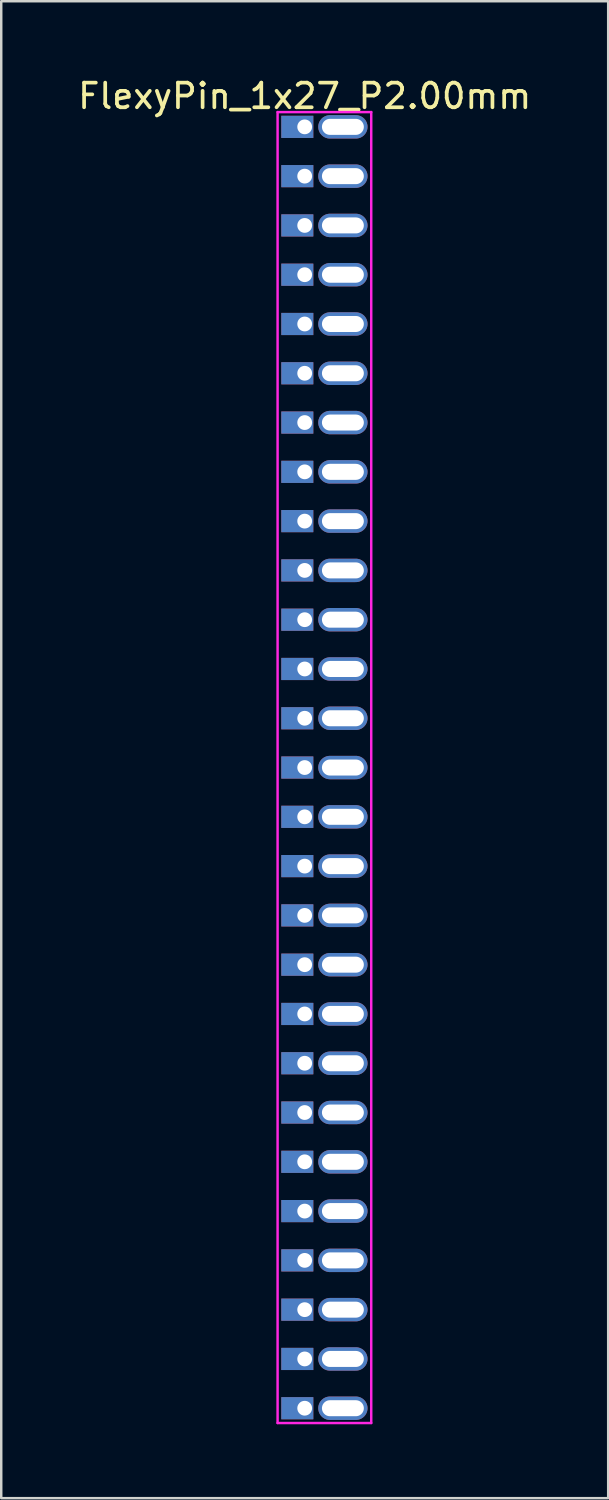
<source format=kicad_pcb>
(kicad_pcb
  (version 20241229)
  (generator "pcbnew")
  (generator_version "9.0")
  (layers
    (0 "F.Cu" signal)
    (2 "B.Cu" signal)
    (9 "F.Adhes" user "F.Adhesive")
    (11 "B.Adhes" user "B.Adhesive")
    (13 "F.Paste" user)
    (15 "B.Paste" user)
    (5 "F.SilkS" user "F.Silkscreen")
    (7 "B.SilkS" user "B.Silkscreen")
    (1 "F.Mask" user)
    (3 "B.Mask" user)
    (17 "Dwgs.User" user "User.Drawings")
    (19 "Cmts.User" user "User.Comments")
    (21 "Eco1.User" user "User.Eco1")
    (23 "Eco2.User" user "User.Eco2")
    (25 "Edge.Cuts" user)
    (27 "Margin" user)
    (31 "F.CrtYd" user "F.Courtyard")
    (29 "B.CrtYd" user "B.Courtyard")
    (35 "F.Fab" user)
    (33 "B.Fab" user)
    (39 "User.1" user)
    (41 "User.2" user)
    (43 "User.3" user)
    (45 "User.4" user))
  (footprint "FlexyPin_1x27_P2.00mm"
    (layer "F.Cu")
    (at 9.315 2.098)
    (property "Reference" "FlexyPin_1x27_P2.00mm" (at 0 -1.25 0) (layer "F.SilkS") (effects (font (size 1 1) (thickness 0.15))))
    (attr through_hole)
    (fp_line (start -1.1 -0.6) (end 2.7 -0.6) (stroke (width 0.1) (type solid)) (layer "F.CrtYd"))
    (fp_line (start -1.1 52.6) (end -1.1 -0.6) (stroke (width 0.1) (type solid)) (layer "F.CrtYd"))
    (fp_line (start 2.7 -0.6) (end 2.7 52.6) (stroke (width 0.1) (type solid)) (layer "F.CrtYd"))
    (fp_line (start 2.7 52.6) (end -1.1 52.6) (stroke (width 0.1) (type solid)) (layer "F.CrtYd"))
    (pad "" thru_hole oval (at 1.55 0) (size 2 0.95) (drill oval 1.7 0.65) (layers "*.Cu" "*.Mask"))
    (pad "" thru_hole oval (at 1.55 2) (size 2 0.95) (drill oval 1.7 0.65) (layers "*.Cu" "*.Mask"))
    (pad "" thru_hole oval (at 1.55 4) (size 2 0.95) (drill oval 1.7 0.65) (layers "*.Cu" "*.Mask"))
    (pad "" thru_hole oval (at 1.55 6) (size 2 0.95) (drill oval 1.7 0.65) (layers "*.Cu" "*.Mask"))
    (pad "" thru_hole oval (at 1.55 8) (size 2 0.95) (drill oval 1.7 0.65) (layers "*.Cu" "*.Mask"))
    (pad "" thru_hole oval (at 1.55 10) (size 2 0.95) (drill oval 1.7 0.65) (layers "*.Cu" "*.Mask"))
    (pad "" thru_hole oval (at 1.55 12) (size 2 0.95) (drill oval 1.7 0.65) (layers "*.Cu" "*.Mask"))
    (pad "" thru_hole oval (at 1.55 14) (size 2 0.95) (drill oval 1.7 0.65) (layers "*.Cu" "*.Mask"))
    (pad "" thru_hole oval (at 1.55 16) (size 2 0.95) (drill oval 1.7 0.65) (layers "*.Cu" "*.Mask"))
    (pad "" thru_hole oval (at 1.55 18) (size 2 0.95) (drill oval 1.7 0.65) (layers "*.Cu" "*.Mask"))
    (pad "" thru_hole oval (at 1.55 20) (size 2 0.95) (drill oval 1.7 0.65) (layers "*.Cu" "*.Mask"))
    (pad "" thru_hole oval (at 1.55 22) (size 2 0.95) (drill oval 1.7 0.65) (layers "*.Cu" "*.Mask"))
    (pad "" thru_hole oval (at 1.55 24) (size 2 0.95) (drill oval 1.7 0.65) (layers "*.Cu" "*.Mask"))
    (pad "" thru_hole oval (at 1.55 26) (size 2 0.95) (drill oval 1.7 0.65) (layers "*.Cu" "*.Mask"))
    (pad "" thru_hole oval (at 1.55 28) (size 2 0.95) (drill oval 1.7 0.65) (layers "*.Cu" "*.Mask"))
    (pad "" thru_hole oval (at 1.55 30) (size 2 0.95) (drill oval 1.7 0.65) (layers "*.Cu" "*.Mask"))
    (pad "" thru_hole oval (at 1.55 32) (size 2 0.95) (drill oval 1.7 0.65) (layers "*.Cu" "*.Mask"))
    (pad "" thru_hole oval (at 1.55 34) (size 2 0.95) (drill oval 1.7 0.65) (layers "*.Cu" "*.Mask"))
    (pad "" thru_hole oval (at 1.55 36) (size 2 0.95) (drill oval 1.7 0.65) (layers "*.Cu" "*.Mask"))
    (pad "" thru_hole oval (at 1.55 38) (size 2 0.95) (drill oval 1.7 0.65) (layers "*.Cu" "*.Mask"))
    (pad "" thru_hole oval (at 1.55 40) (size 2 0.95) (drill oval 1.7 0.65) (layers "*.Cu" "*.Mask"))
    (pad "" thru_hole oval (at 1.55 42) (size 2 0.95) (drill oval 1.7 0.65) (layers "*.Cu" "*.Mask"))
    (pad "" thru_hole oval (at 1.55 44) (size 2 0.95) (drill oval 1.7 0.65) (layers "*.Cu" "*.Mask"))
    (pad "" thru_hole oval (at 1.55 46) (size 2 0.95) (drill oval 1.7 0.65) (layers "*.Cu" "*.Mask"))
    (pad "" thru_hole oval (at 1.55 48) (size 2 0.95) (drill oval 1.7 0.65) (layers "*.Cu" "*.Mask"))
    (pad "" thru_hole oval (at 1.55 50) (size 2 0.95) (drill oval 1.7 0.65) (layers "*.Cu" "*.Mask"))
    (pad "" thru_hole oval (at 1.55 52) (size 2 0.95) (drill oval 1.7 0.65) (layers "*.Cu" "*.Mask"))
    (pad "1" thru_hole rect (at 0 0) (size 1.3 0.9) (drill 0.6 (offset -0.3 0)) (layers "*.Cu" "*.Mask"))
    (pad "2" thru_hole rect (at 0 2) (size 1.3 0.9) (drill 0.6 (offset -0.3 0)) (layers "*.Cu" "*.Mask"))
    (pad "3" thru_hole rect (at 0 4) (size 1.3 0.9) (drill 0.6 (offset -0.3 0)) (layers "*.Cu" "*.Mask"))
    (pad "4" thru_hole rect (at 0 6) (size 1.3 0.9) (drill 0.6 (offset -0.3 0)) (layers "*.Cu" "*.Mask"))
    (pad "5" thru_hole rect (at 0 8) (size 1.3 0.9) (drill 0.6 (offset -0.3 0)) (layers "*.Cu" "*.Mask"))
    (pad "6" thru_hole rect (at 0 10) (size 1.3 0.9) (drill 0.6 (offset -0.3 0)) (layers "*.Cu" "*.Mask"))
    (pad "7" thru_hole rect (at 0 12) (size 1.3 0.9) (drill 0.6 (offset -0.3 0)) (layers "*.Cu" "*.Mask"))
    (pad "8" thru_hole rect (at 0 14) (size 1.3 0.9) (drill 0.6 (offset -0.3 0)) (layers "*.Cu" "*.Mask"))
    (pad "9" thru_hole rect (at 0 16) (size 1.3 0.9) (drill 0.6 (offset -0.3 0)) (layers "*.Cu" "*.Mask"))
    (pad "10" thru_hole rect (at 0 18) (size 1.3 0.9) (drill 0.6 (offset -0.3 0)) (layers "*.Cu" "*.Mask"))
    (pad "11" thru_hole rect (at 0 20) (size 1.3 0.9) (drill 0.6 (offset -0.3 0)) (layers "*.Cu" "*.Mask"))
    (pad "12" thru_hole rect (at 0 22) (size 1.3 0.9) (drill 0.6 (offset -0.3 0)) (layers "*.Cu" "*.Mask"))
    (pad "13" thru_hole rect (at 0 24) (size 1.3 0.9) (drill 0.6 (offset -0.3 0)) (layers "*.Cu" "*.Mask"))
    (pad "14" thru_hole rect (at 0 26) (size 1.3 0.9) (drill 0.6 (offset -0.3 0)) (layers "*.Cu" "*.Mask"))
    (pad "15" thru_hole rect (at 0 28) (size 1.3 0.9) (drill 0.6 (offset -0.3 0)) (layers "*.Cu" "*.Mask"))
    (pad "16" thru_hole rect (at 0 30) (size 1.3 0.9) (drill 0.6 (offset -0.3 0)) (layers "*.Cu" "*.Mask"))
    (pad "17" thru_hole rect (at 0 32) (size 1.3 0.9) (drill 0.6 (offset -0.3 0)) (layers "*.Cu" "*.Mask"))
    (pad "18" thru_hole rect (at 0 34) (size 1.3 0.9) (drill 0.6 (offset -0.3 0)) (layers "*.Cu" "*.Mask"))
    (pad "19" thru_hole rect (at 0 36) (size 1.3 0.9) (drill 0.6 (offset -0.3 0)) (layers "*.Cu" "*.Mask"))
    (pad "20" thru_hole rect (at 0 38) (size 1.3 0.9) (drill 0.6 (offset -0.3 0)) (layers "*.Cu" "*.Mask"))
    (pad "21" thru_hole rect (at 0 40) (size 1.3 0.9) (drill 0.6 (offset -0.3 0)) (layers "*.Cu" "*.Mask"))
    (pad "22" thru_hole rect (at 0 42) (size 1.3 0.9) (drill 0.6 (offset -0.3 0)) (layers "*.Cu" "*.Mask"))
    (pad "23" thru_hole rect (at 0 44) (size 1.3 0.9) (drill 0.6 (offset -0.3 0)) (layers "*.Cu" "*.Mask"))
    (pad "24" thru_hole rect (at 0 46) (size 1.3 0.9) (drill 0.6 (offset -0.3 0)) (layers "*.Cu" "*.Mask"))
    (pad "25" thru_hole rect (at 0 48) (size 1.3 0.9) (drill 0.6 (offset -0.3 0)) (layers "*.Cu" "*.Mask"))
    (pad "26" thru_hole rect (at 0 50) (size 1.3 0.9) (drill 0.6 (offset -0.3 0)) (layers "*.Cu" "*.Mask"))
    (pad "27" thru_hole rect (at 0 52) (size 1.3 0.9) (drill 0.6 (offset -0.3 0)) (layers "*.Cu" "*.Mask")))
  (gr_rect
    (start -3 -3)
    (end 21.631 57.748)
    (stroke (width 0.1) (type default))
    (fill no)
    (layer "Edge.Cuts")))
</source>
